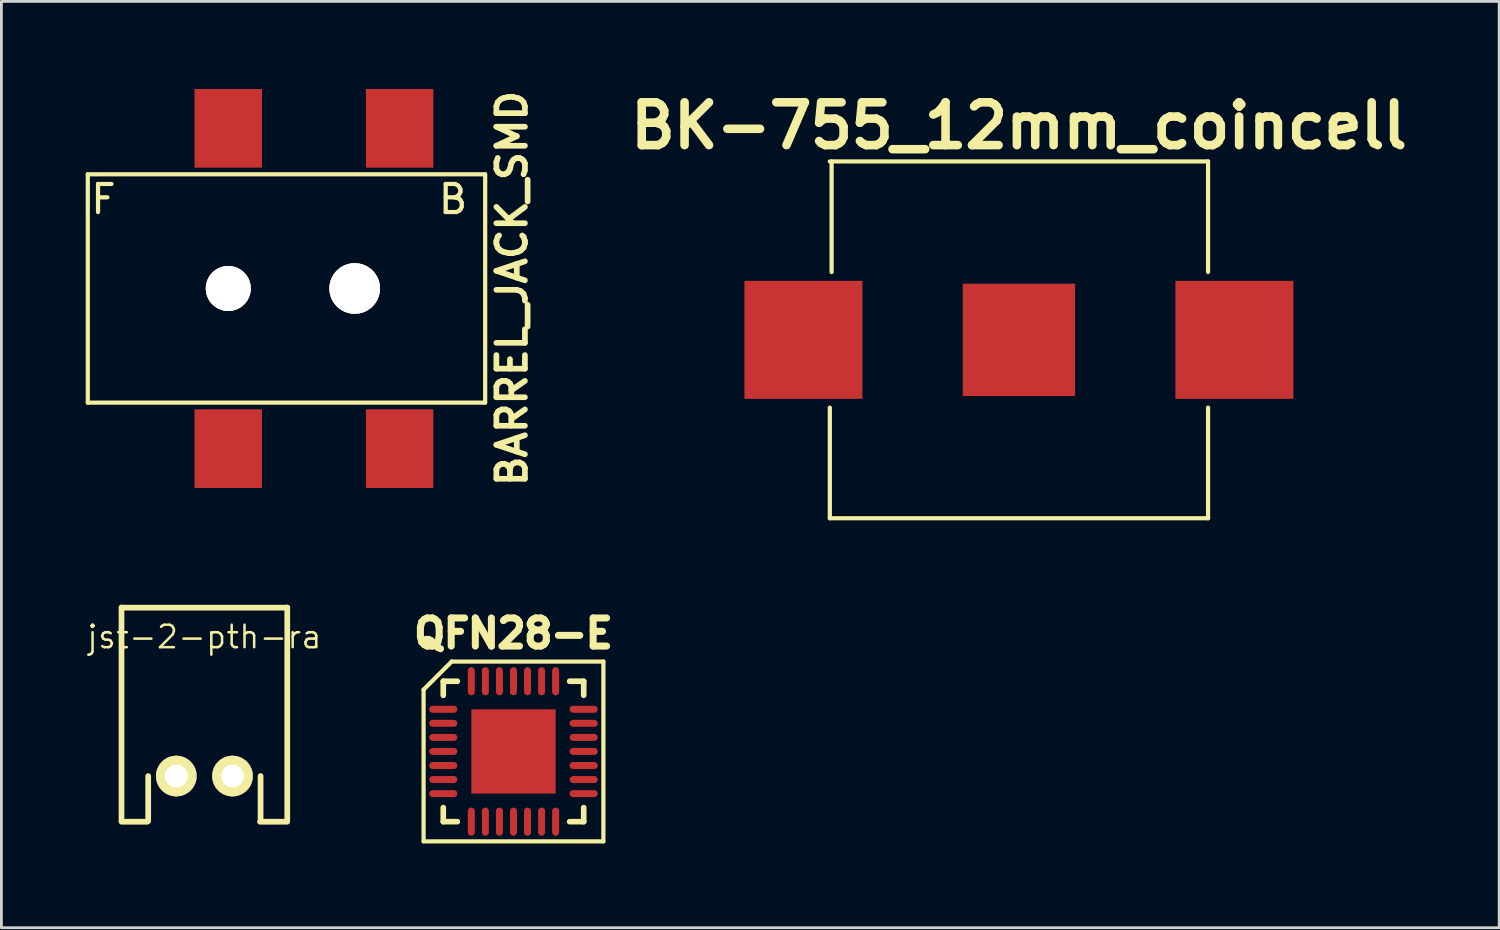
<source format=kicad_pcb>
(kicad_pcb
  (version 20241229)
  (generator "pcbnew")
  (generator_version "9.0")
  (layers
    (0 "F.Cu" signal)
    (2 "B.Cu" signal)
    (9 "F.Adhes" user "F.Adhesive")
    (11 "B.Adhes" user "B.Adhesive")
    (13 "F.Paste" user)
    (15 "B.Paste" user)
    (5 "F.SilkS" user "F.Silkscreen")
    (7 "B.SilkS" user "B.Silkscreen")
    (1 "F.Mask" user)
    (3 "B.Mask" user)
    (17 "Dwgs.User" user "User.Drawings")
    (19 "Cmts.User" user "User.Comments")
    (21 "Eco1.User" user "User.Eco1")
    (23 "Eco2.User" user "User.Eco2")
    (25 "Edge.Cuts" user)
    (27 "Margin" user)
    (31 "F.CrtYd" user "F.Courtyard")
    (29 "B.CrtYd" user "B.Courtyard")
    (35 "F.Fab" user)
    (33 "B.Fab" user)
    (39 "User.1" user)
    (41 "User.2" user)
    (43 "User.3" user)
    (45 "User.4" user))
  (footprint "BK-755_12mm_coincell"
    (layer "F.Cu")
    (at 33.218 9.046)
    (property "Reference" "BK-755_12mm_coincell" (at 0 -7.62 0) (layer "F.SilkS") (effects (font (size 1.524 1.524) (thickness 0.305))))
    (attr through_hole)
    (fp_line (start -6.731 -6.35) (end 6.731 -6.35) (stroke (width 0.15) (type solid)) (layer "F.SilkS"))
    (fp_line (start -6.731 6.35) (end -6.731 2.413) (stroke (width 0.15) (type solid)) (layer "F.SilkS"))
    (fp_line (start -6.731 6.35) (end 6.731 6.35) (stroke (width 0.15) (type solid)) (layer "F.SilkS"))
    (fp_line (start -6.668 -6.35) (end -6.668 -2.413) (stroke (width 0.15) (type solid)) (layer "F.SilkS"))
    (fp_line (start 6.731 -6.35) (end 6.731 -2.413) (stroke (width 0.15) (type solid)) (layer "F.SilkS"))
    (fp_line (start 6.731 6.35) (end 6.731 2.413) (stroke (width 0.15) (type solid)) (layer "F.SilkS"))
    (pad "1" smd rect (at -7.67 0) (size 4.2 4.2) (layers "F.Cu" "F.Mask" "F.Paste"))
    (pad "1" smd rect (at 7.67 0) (size 4.2 4.2) (layers "F.Cu" "F.Mask" "F.Paste"))
    (pad "2" smd rect (at 0 0) (size 4 4) (layers "F.Cu" "F.Mask" "F.Paste")))
  (footprint "jst-2-pth-ra"
    (layer "F.Cu")
    (at 4.225 24.446)
    (property "Reference" "jst-2-pth-ra" (at 0 -4.826 0) (layer "F.SilkS") (effects (font (size 0.8 0.8) (thickness 0.089))))
    (attr exclude_from_pos_files exclude_from_bom)
    (fp_line (start -2.95 1.727) (end -2.95 -5.873) (stroke (width 0.203) (type solid)) (layer "F.SilkS"))
    (fp_line (start -2.946 -5.867) (end 2.946 -5.867) (stroke (width 0.203) (type solid)) (layer "F.SilkS"))
    (fp_line (start -2.946 1.753) (end -2.032 1.753) (stroke (width 0.203) (type solid)) (layer "F.SilkS"))
    (fp_line (start -2 0.127) (end -2 1.727) (stroke (width 0.203) (type solid)) (layer "F.SilkS"))
    (fp_line (start 1.981 1.753) (end 2.946 1.753) (stroke (width 0.203) (type solid)) (layer "F.SilkS"))
    (fp_line (start 2 1.727) (end 2 0.127) (stroke (width 0.203) (type solid)) (layer "F.SilkS"))
    (fp_line (start 2.95 -5.873) (end 2.95 1.727) (stroke (width 0.203) (type solid)) (layer "F.SilkS"))
    (pad "1" thru_hole circle (at -1 0.127) (size 1.448 1.448) (drill 0.813) (layers "*.Cu" "*.Mask" "F.SilkS"))
    (pad "2" thru_hole circle (at 1 0.127) (size 1.448 1.448) (drill 0.813) (layers "*.Cu" "*.Mask" "F.SilkS")))
  (footprint "BARREL_JACK_SMD"
    (layer "F.Cu")
    (at 5.075 7.218)
    (property "Reference" "BARREL_JACK_SMD" (at 10.099 0 90) (layer "F.SilkS") (effects (font (size 1.016 1.016) (thickness 0.203))))
    (attr through_hole)
    (fp_line (start -5 -4.064) (end -5 4.064) (stroke (width 0.15) (type solid)) (layer "F.SilkS"))
    (fp_line (start -5 -4.064) (end 9.14 -4.064) (stroke (width 0.15) (type solid)) (layer "F.SilkS"))
    (fp_line (start 9.14 4.064) (end -5 4.064) (stroke (width 0.15) (type solid)) (layer "F.SilkS"))
    (fp_line (start 9.144 -4.064) (end 9.144 4.064) (stroke (width 0.15) (type solid)) (layer "F.SilkS"))
    (fp_text user "F" (at -4.445 -3.175 0) (layer "F.SilkS") (effects (font (size 1 1) (thickness 0.15))))
    (fp_text user "B" (at 8.001 -3.175 0) (layer "F.SilkS") (effects (font (size 1 1) (thickness 0.15))))
    (pad "1" smd rect (at 0 -5.7 90) (size 2.8 2.4) (layers "F.Cu" "F.Mask" "F.Paste"))
    (pad "1" smd rect (at 6.1 -5.7 90) (size 2.8 2.4) (layers "F.Cu" "F.Mask" "F.Paste"))
    (pad "2" smd rect (at 0 5.7 90) (size 2.8 2.4) (layers "F.Cu" "F.Mask" "F.Paste"))
    (pad "3" smd rect (at 6.1 5.7 90) (size 2.8 2.4) (layers "F.Cu" "F.Mask" "F.Paste"))
    (pad "5" thru_hole circle (at 0 0) (size 1.6 1.6) (drill 1.6) (layers "*.Cu" "*.Mask" "F.SilkS"))
    (pad "5" thru_hole circle (at 4.5 0 90) (size 1.8 1.8) (drill 1.8) (layers "*.Cu" "*.Mask" "F.SilkS")))
  (footprint "QFN28-E"
    (layer "F.Cu")
    (at 15.227 23.697)
    (property "Reference" "QFN28-E" (at 0 -4.201 0) (layer "F.SilkS") (effects (font (size 1.001 1.001) (thickness 0.25))))
    (attr through_hole)
    (fp_line (start -3.2 -2.2) (end -3.2 3.2) (stroke (width 0.15) (type solid)) (layer "F.SilkS"))
    (fp_line (start -3.2 3.2) (end 3.2 3.2) (stroke (width 0.15) (type solid)) (layer "F.SilkS"))
    (fp_line (start -2.499 -2.499) (end -2.499 -1.999) (stroke (width 0.201) (type solid)) (layer "F.SilkS"))
    (fp_line (start -2.499 1.999) (end -2.499 2.499) (stroke (width 0.201) (type solid)) (layer "F.SilkS"))
    (fp_line (start -2.499 2.499) (end -1.999 2.499) (stroke (width 0.201) (type solid)) (layer "F.SilkS"))
    (fp_line (start -2.2 -3.2) (end -3.2 -2.2) (stroke (width 0.15) (type solid)) (layer "F.SilkS"))
    (fp_line (start -1.999 -2.499) (end -2.499 -2.499) (stroke (width 0.201) (type solid)) (layer "F.SilkS"))
    (fp_line (start 1.999 2.499) (end 2.499 2.499) (stroke (width 0.201) (type solid)) (layer "F.SilkS"))
    (fp_line (start 2.499 -2.499) (end 1.999 -2.499) (stroke (width 0.201) (type solid)) (layer "F.SilkS"))
    (fp_line (start 2.499 -1.999) (end 2.499 -2.499) (stroke (width 0.201) (type solid)) (layer "F.SilkS"))
    (fp_line (start 2.499 2.499) (end 2.499 1.999) (stroke (width 0.201) (type solid)) (layer "F.SilkS"))
    (fp_line (start 3.2 -3.2) (end -2.2 -3.2) (stroke (width 0.15) (type solid)) (layer "F.SilkS"))
    (fp_line (start 3.2 3.2) (end 3.2 -3.2) (stroke (width 0.15) (type solid)) (layer "F.SilkS"))
    (pad "1" smd oval (at -2.499 -1.501) (size 1.001 0.249) (layers "F.Cu" "F.Mask" "F.Paste"))
    (pad "2" smd oval (at -2.499 -1.001) (size 1.001 0.249) (layers "F.Cu" "F.Mask" "F.Paste"))
    (pad "3" smd oval (at -2.499 -0.5) (size 1.001 0.249) (layers "F.Cu" "F.Mask" "F.Paste"))
    (pad "4" smd oval (at -2.499 0) (size 1.001 0.249) (layers "F.Cu" "F.Mask" "F.Paste"))
    (pad "5" smd oval (at -2.499 0.5) (size 1.001 0.249) (layers "F.Cu" "F.Mask" "F.Paste"))
    (pad "6" smd oval (at -2.499 1.001) (size 1.001 0.249) (layers "F.Cu" "F.Mask" "F.Paste"))
    (pad "7" smd oval (at -2.499 1.501) (size 1.001 0.249) (layers "F.Cu" "F.Mask" "F.Paste"))
    (pad "8" smd oval (at -1.501 2.499 90) (size 1.001 0.249) (layers "F.Cu" "F.Mask" "F.Paste"))
    (pad "9" smd oval (at -1.001 2.499 90) (size 1.001 0.249) (layers "F.Cu" "F.Mask" "F.Paste"))
    (pad "10" smd oval (at -0.5 2.499 90) (size 1.001 0.249) (layers "F.Cu" "F.Mask" "F.Paste"))
    (pad "11" smd oval (at 0 2.499 90) (size 1.001 0.249) (layers "F.Cu" "F.Mask" "F.Paste"))
    (pad "12" smd oval (at 0.5 2.499 90) (size 1.001 0.249) (layers "F.Cu" "F.Mask" "F.Paste"))
    (pad "13" smd oval (at 1.001 2.499 90) (size 1.001 0.249) (layers "F.Cu" "F.Mask" "F.Paste"))
    (pad "14" smd oval (at 1.501 2.499 90) (size 1.001 0.249) (layers "F.Cu" "F.Mask" "F.Paste"))
    (pad "15" smd oval (at 2.499 1.501 180) (size 1.001 0.249) (layers "F.Cu" "F.Mask" "F.Paste"))
    (pad "16" smd oval (at 2.499 1.001 180) (size 1.001 0.249) (layers "F.Cu" "F.Mask" "F.Paste"))
    (pad "17" smd oval (at 2.499 0.5 180) (size 1.001 0.249) (layers "F.Cu" "F.Mask" "F.Paste"))
    (pad "18" smd oval (at 2.499 0 180) (size 1.001 0.249) (layers "F.Cu" "F.Mask" "F.Paste"))
    (pad "19" smd oval (at 2.499 -0.5 180) (size 1.001 0.249) (layers "F.Cu" "F.Mask" "F.Paste"))
    (pad "20" smd oval (at 2.499 -1.001 180) (size 1.001 0.249) (layers "F.Cu" "F.Mask" "F.Paste"))
    (pad "21" smd oval (at 2.499 -1.501 180) (size 1.001 0.249) (layers "F.Cu" "F.Mask" "F.Paste"))
    (pad "22" smd oval (at 1.501 -2.499 270) (size 1.001 0.249) (layers "F.Cu" "F.Mask" "F.Paste"))
    (pad "23" smd oval (at 1.001 -2.499 270) (size 1.001 0.249) (layers "F.Cu" "F.Mask" "F.Paste"))
    (pad "24" smd oval (at 0.5 -2.499 270) (size 1.001 0.249) (layers "F.Cu" "F.Mask" "F.Paste"))
    (pad "25" smd oval (at 0 -2.499 270) (size 1.001 0.249) (layers "F.Cu" "F.Mask" "F.Paste"))
    (pad "26" smd oval (at -0.5 -2.499 270) (size 1.001 0.249) (layers "F.Cu" "F.Mask" "F.Paste"))
    (pad "27" smd oval (at -1.001 -2.499 270) (size 1.001 0.249) (layers "F.Cu" "F.Mask" "F.Paste"))
    (pad "28" smd oval (at -1.501 -2.499 270) (size 1.001 0.249) (layers "F.Cu" "F.Mask" "F.Paste"))
    (pad "29" smd rect (at 0 0 270) (size 3 3) (layers "F.Cu" "F.Mask" "F.Paste")))
  (gr_rect
    (start -3 -3)
    (end 50.312 29.972)
    (stroke (width 0.1) (type default))
    (fill no)
    (layer "Edge.Cuts")))
</source>
